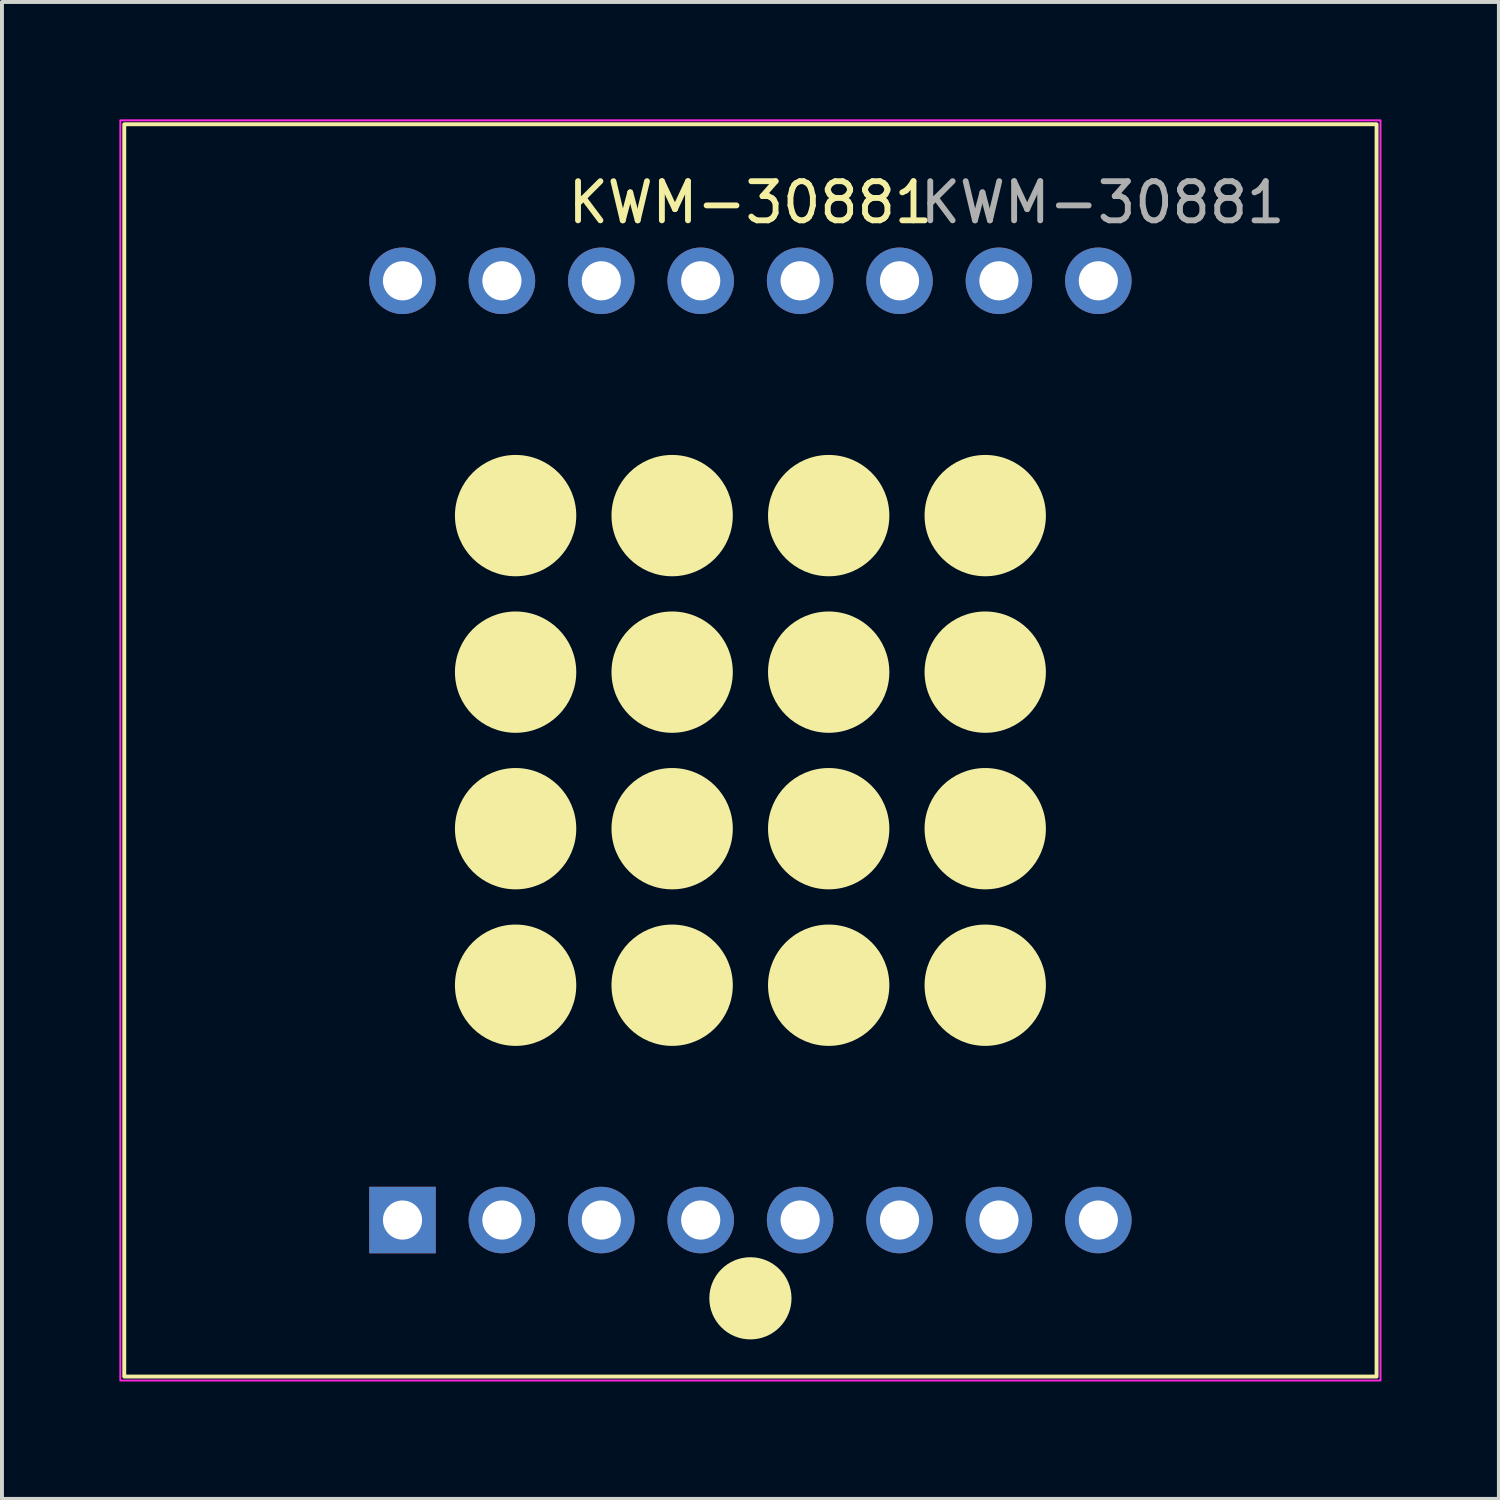
<source format=kicad_pcb>
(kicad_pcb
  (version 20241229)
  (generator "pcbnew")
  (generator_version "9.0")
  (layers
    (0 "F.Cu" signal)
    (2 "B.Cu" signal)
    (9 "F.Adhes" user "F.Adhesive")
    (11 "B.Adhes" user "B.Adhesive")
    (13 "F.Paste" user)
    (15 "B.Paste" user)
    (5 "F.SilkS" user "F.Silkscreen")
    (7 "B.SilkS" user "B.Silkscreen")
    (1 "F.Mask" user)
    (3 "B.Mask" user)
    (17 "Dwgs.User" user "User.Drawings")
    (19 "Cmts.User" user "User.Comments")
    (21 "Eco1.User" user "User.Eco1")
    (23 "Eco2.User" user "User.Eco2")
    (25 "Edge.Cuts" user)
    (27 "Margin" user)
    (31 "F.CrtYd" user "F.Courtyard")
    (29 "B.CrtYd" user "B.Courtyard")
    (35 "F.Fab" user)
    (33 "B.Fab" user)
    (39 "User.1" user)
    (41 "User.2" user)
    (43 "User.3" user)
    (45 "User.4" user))
  (footprint "KWM-30881"
    (layer "F.Cu")
    (at 16.125 16.125)
    (property "Reference" "KWM-30881" (at 0 -14 0) (layer "F.SilkS") (effects (font (size 1 1) (thickness 0.15))))
    (attr through_hole)
    (fp_rect (start -16 -16) (end 16 16) (stroke (width 0.1) (type default)) (fill no) (layer "F.SilkS"))
    (fp_circle (center -6 -6) (end -4.5 -6) (stroke (width 0.1) (type solid)) (fill yes) (layer "F.SilkS"))
    (fp_circle (center -6 -2) (end -4.5 -2) (stroke (width 0.1) (type solid)) (fill yes) (layer "F.SilkS"))
    (fp_circle (center -6 2) (end -4.5 2) (stroke (width 0.1) (type solid)) (fill yes) (layer "F.SilkS"))
    (fp_circle (center -6 6) (end -4.5 6) (stroke (width 0.1) (type solid)) (fill yes) (layer "F.SilkS"))
    (fp_circle (center -2 -6) (end -0.5 -6) (stroke (width 0.1) (type solid)) (fill yes) (layer "F.SilkS"))
    (fp_circle (center -2 -2) (end -0.5 -2) (stroke (width 0.1) (type solid)) (fill yes) (layer "F.SilkS"))
    (fp_circle (center -2 2) (end -0.5 2) (stroke (width 0.1) (type solid)) (fill yes) (layer "F.SilkS"))
    (fp_circle (center -2 6) (end -0.5 6) (stroke (width 0.1) (type solid)) (fill yes) (layer "F.SilkS"))
    (fp_circle (center 0 14) (end 1 14) (stroke (width 0.1) (type solid)) (fill yes) (layer "F.SilkS"))
    (fp_circle (center 2 -6) (end 3.5 -6) (stroke (width 0.1) (type solid)) (fill yes) (layer "F.SilkS"))
    (fp_circle (center 2 -2) (end 3.5 -2) (stroke (width 0.1) (type solid)) (fill yes) (layer "F.SilkS"))
    (fp_circle (center 2 2) (end 3.5 2) (stroke (width 0.1) (type solid)) (fill yes) (layer "F.SilkS"))
    (fp_circle (center 2 6) (end 3.5 6) (stroke (width 0.1) (type solid)) (fill yes) (layer "F.SilkS"))
    (fp_circle (center 6 -6) (end 7.5 -6) (stroke (width 0.1) (type solid)) (fill yes) (layer "F.SilkS"))
    (fp_circle (center 6 -2) (end 7.5 -2) (stroke (width 0.1) (type solid)) (fill yes) (layer "F.SilkS"))
    (fp_circle (center 6 2) (end 7.5 2) (stroke (width 0.1) (type solid)) (fill yes) (layer "F.SilkS"))
    (fp_circle (center 6 6) (end 7.5 6) (stroke (width 0.1) (type solid)) (fill yes) (layer "F.SilkS"))
    (fp_rect (start -16.1 -16.1) (end 16.1 16.1) (stroke (width 0.05) (type default)) (fill no) (layer "F.CrtYd"))
    (fp_text user "${REFERENCE}" (at 9 -14 180) (layer "F.Fab") (effects (font (size 1 1) (thickness 0.15))))
    (pad "1" thru_hole rect (at -8.89 12 90) (size 1.7 1.7) (drill 1) (layers "*.Cu" "*.Mask"))
    (pad "2" thru_hole circle (at -6.35 12 90) (size 1.7 1.7) (drill 1) (layers "*.Cu" "*.Mask"))
    (pad "3" thru_hole circle (at -3.81 12 90) (size 1.7 1.7) (drill 1) (layers "*.Cu" "*.Mask"))
    (pad "4" thru_hole circle (at -1.27 12 90) (size 1.7 1.7) (drill 1) (layers "*.Cu" "*.Mask"))
    (pad "5" thru_hole circle (at 1.27 12 90) (size 1.7 1.7) (drill 1) (layers "*.Cu" "*.Mask"))
    (pad "6" thru_hole circle (at 3.81 12 90) (size 1.7 1.7) (drill 1) (layers "*.Cu" "*.Mask"))
    (pad "7" thru_hole circle (at 6.35 12 90) (size 1.7 1.7) (drill 1) (layers "*.Cu" "*.Mask"))
    (pad "8" thru_hole circle (at 8.89 12 90) (size 1.7 1.7) (drill 1) (layers "*.Cu" "*.Mask"))
    (pad "9" thru_hole circle (at 8.89 -12 90) (size 1.7 1.7) (drill 1) (layers "*.Cu" "*.Mask"))
    (pad "10" thru_hole circle (at 6.35 -12 90) (size 1.7 1.7) (drill 1) (layers "*.Cu" "*.Mask"))
    (pad "11" thru_hole circle (at 3.81 -12 90) (size 1.7 1.7) (drill 1) (layers "*.Cu" "*.Mask"))
    (pad "12" thru_hole circle (at 1.27 -12 90) (size 1.7 1.7) (drill 1) (layers "*.Cu" "*.Mask"))
    (pad "13" thru_hole circle (at -1.27 -12 90) (size 1.7 1.7) (drill 1) (layers "*.Cu" "*.Mask"))
    (pad "14" thru_hole circle (at -3.81 -12 90) (size 1.7 1.7) (drill 1) (layers "*.Cu" "*.Mask"))
    (pad "15" thru_hole circle (at -6.35 -12 90) (size 1.7 1.7) (drill 1) (layers "*.Cu" "*.Mask"))
    (pad "16" thru_hole circle (at -8.89 -12 90) (size 1.7 1.7) (drill 1) (layers "*.Cu" "*.Mask")))
  (gr_rect
    (start -3 -3)
    (end 35.25 35.25)
    (stroke (width 0.1) (type default))
    (fill no)
    (layer "Edge.Cuts")))
</source>
